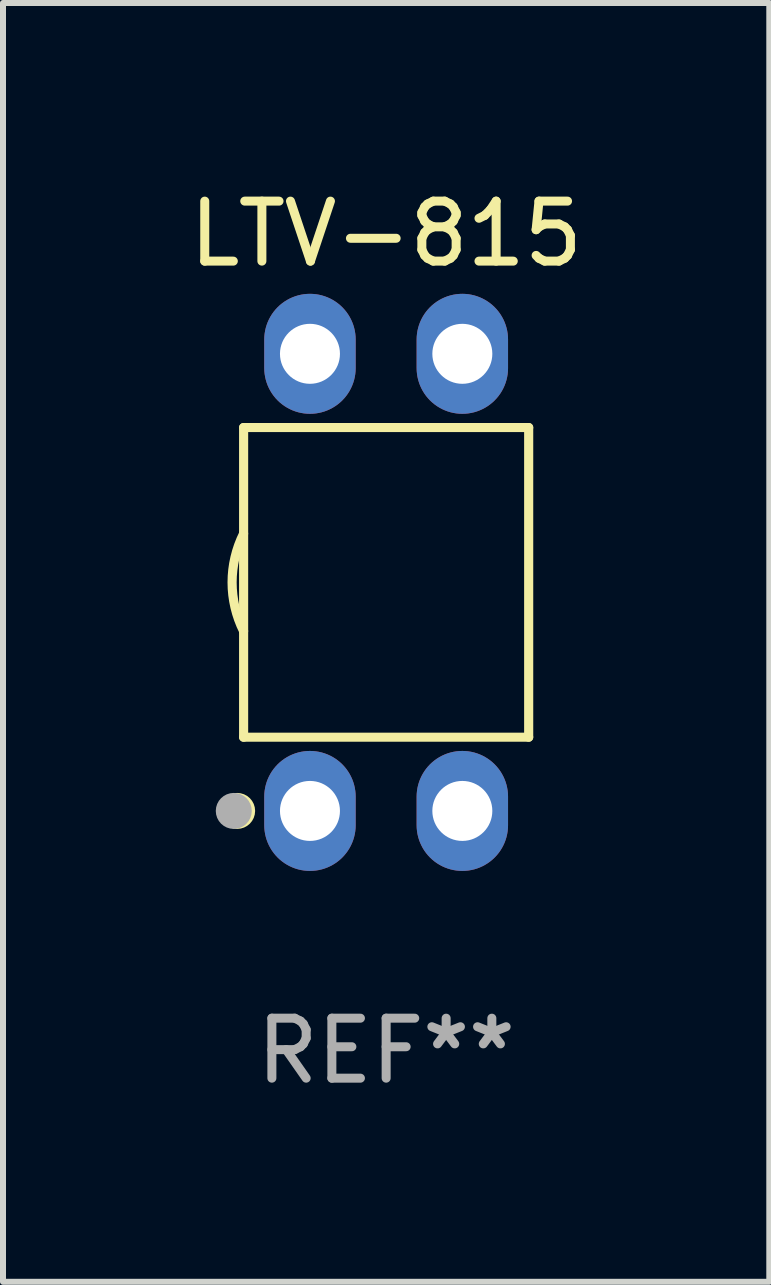
<source format=kicad_pcb>
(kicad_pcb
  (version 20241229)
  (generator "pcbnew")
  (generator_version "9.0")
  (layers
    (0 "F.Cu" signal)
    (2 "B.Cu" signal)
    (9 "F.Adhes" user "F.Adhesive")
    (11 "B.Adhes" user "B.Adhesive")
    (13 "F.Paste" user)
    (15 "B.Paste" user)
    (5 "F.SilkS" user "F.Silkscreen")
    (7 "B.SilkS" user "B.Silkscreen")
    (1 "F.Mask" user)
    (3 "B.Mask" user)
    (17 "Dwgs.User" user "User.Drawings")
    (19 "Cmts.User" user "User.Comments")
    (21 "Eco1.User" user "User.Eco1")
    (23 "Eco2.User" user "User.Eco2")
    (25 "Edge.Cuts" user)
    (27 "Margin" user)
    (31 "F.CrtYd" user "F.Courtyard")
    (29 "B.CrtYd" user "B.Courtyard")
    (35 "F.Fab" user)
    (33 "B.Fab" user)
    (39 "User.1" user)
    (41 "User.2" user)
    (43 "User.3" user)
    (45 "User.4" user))
  (footprint "LTV-815"
    (layer "F.Cu")
    (at 3.387 6.658)
    (property "Reference" "LTV-815" (at 0 -5.81 0) (layer "F.SilkS") (effects (font (size 1 1) (thickness 0.15))))
    (attr through_hole)
    (fp_line (start -2.376 -2.581) (end 2.376 -2.581) (stroke (width 0.152) (type solid)) (layer "F.SilkS"))
    (fp_line (start -2.376 2.581) (end -2.376 -2.581) (stroke (width 0.152) (type solid)) (layer "F.SilkS"))
    (fp_line (start 2.376 -2.581) (end 2.376 2.581) (stroke (width 0.152) (type solid)) (layer "F.SilkS"))
    (fp_line (start 2.376 2.581) (end -2.376 2.581) (stroke (width 0.152) (type solid)) (layer "F.SilkS"))
    (fp_arc (start -2.3762 0.812496) (mid -2.568004 0) (end -2.3762 -0.812497) (stroke (width 0.1524) (type solid)) (layer "F.SilkS"))
    (fp_circle (center -2.484 3.81) (end -2.334 3.81) (stroke (width 0.3) (type solid)) (fill no) (layer "F.SilkS"))
    (fp_circle (center -2.3 3.935) (end -2.27 3.935) (stroke (width 0.06) (type solid)) (fill no) (layer "F.SilkS"))
    (fp_circle (center -2.54 3.81) (end -2.39 3.81) (stroke (width 0.3) (type solid)) (fill no) (layer "F.Fab"))
    (fp_text user "REF**" (at 0 7.81 0) (layer "F.Fab") (effects (font (size 1 1) (thickness 0.15))))
    (pad "1" thru_hole oval (at -1.27 3.81) (size 1.524 2) (drill 1) (layers "*.Cu" "*.Mask"))
    (pad "2" thru_hole oval (at 1.27 3.81) (size 1.524 2) (drill 1) (layers "*.Cu" "*.Mask"))
    (pad "3" thru_hole oval (at 1.27 -3.81) (size 1.524 2) (drill 1) (layers "*.Cu" "*.Mask"))
    (pad "4" thru_hole oval (at -1.27 -3.81) (size 1.524 2) (drill 1) (layers "*.Cu" "*.Mask")))
  (gr_rect
    (start -3 -3)
    (end 9.774 18.317)
    (stroke (width 0.1) (type default))
    (fill no)
    (layer "Edge.Cuts")))
</source>
